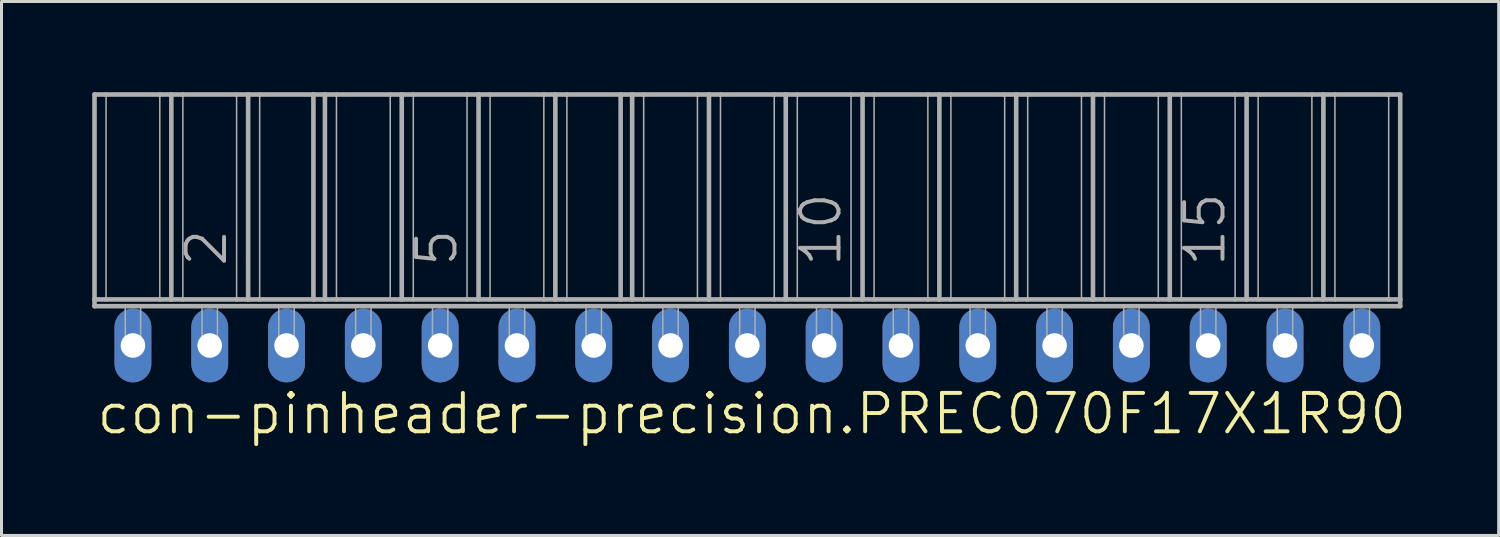
<source format=kicad_pcb>
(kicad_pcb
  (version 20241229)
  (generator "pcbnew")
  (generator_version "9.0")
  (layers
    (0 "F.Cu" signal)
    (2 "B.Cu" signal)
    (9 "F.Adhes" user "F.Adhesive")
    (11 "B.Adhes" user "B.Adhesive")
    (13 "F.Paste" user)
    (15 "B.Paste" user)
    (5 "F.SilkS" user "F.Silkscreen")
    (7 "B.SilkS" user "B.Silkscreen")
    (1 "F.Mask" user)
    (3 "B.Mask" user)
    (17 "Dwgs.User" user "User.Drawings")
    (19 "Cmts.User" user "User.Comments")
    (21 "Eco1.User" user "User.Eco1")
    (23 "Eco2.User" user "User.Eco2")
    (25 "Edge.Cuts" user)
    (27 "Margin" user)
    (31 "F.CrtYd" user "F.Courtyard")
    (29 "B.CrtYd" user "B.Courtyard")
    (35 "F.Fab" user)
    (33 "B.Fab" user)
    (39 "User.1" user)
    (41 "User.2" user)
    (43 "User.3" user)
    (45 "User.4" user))
  (footprint "con-pinheader-precision.PREC070F17X1R90"
    (layer "F.Cu")
    (at 21.666 8.376)
    (property "Reference" "con-pinheader-precision.PREC070F17X1R90" (at -21.59 3 0) (layer "F.SilkS") (effects (font (size 1.27 1.27) (thickness 0.13)) (justify left bottom)))
    (attr through_hole)
    (fp_line (start -21.59 -8.3) (end -21.59 -1.524) (stroke (width 0.152) (type default)) (layer "F.Fab"))
    (fp_line (start -21.59 -8.3) (end -21.209 -8.3) (stroke (width 0.152) (type default)) (layer "F.Fab"))
    (fp_line (start -21.59 -1.524) (end -21.209 -1.524) (stroke (width 0.152) (type default)) (layer "F.Fab"))
    (fp_line (start -21.59 -1.3) (end -21.59 -1.524) (stroke (width 0.152) (type default)) (layer "F.Fab"))
    (fp_line (start -21.59 -1.3) (end 21.59 -1.3) (stroke (width 0.152) (type default)) (layer "F.Fab"))
    (fp_line (start -21.209 -8.3) (end -21.209 -1.524) (stroke (width 0.051) (type default)) (layer "F.Fab"))
    (fp_line (start -21.209 -8.3) (end -19.431 -8.3) (stroke (width 0.152) (type default)) (layer "F.Fab"))
    (fp_line (start -21.209 -1.524) (end -19.431 -1.524) (stroke (width 0.152) (type default)) (layer "F.Fab"))
    (fp_line (start -19.431 -8.3) (end -19.431 -1.524) (stroke (width 0.051) (type default)) (layer "F.Fab"))
    (fp_line (start -19.431 -8.3) (end -19.05 -8.3) (stroke (width 0.152) (type default)) (layer "F.Fab"))
    (fp_line (start -19.431 -1.524) (end -19.05 -1.524) (stroke (width 0.152) (type default)) (layer "F.Fab"))
    (fp_line (start -19.05 -8.3) (end -19.05 -1.524) (stroke (width 0.152) (type default)) (layer "F.Fab"))
    (fp_line (start -19.05 -8.3) (end -18.669 -8.3) (stroke (width 0.152) (type default)) (layer "F.Fab"))
    (fp_line (start -19.05 -1.524) (end -18.669 -1.524) (stroke (width 0.152) (type default)) (layer "F.Fab"))
    (fp_line (start -18.669 -8.3) (end -18.669 -1.524) (stroke (width 0.051) (type default)) (layer "F.Fab"))
    (fp_line (start -18.669 -8.3) (end -16.891 -8.3) (stroke (width 0.152) (type default)) (layer "F.Fab"))
    (fp_line (start -18.669 -1.524) (end -16.891 -1.524) (stroke (width 0.152) (type default)) (layer "F.Fab"))
    (fp_line (start -16.891 -8.3) (end -16.891 -1.524) (stroke (width 0.051) (type default)) (layer "F.Fab"))
    (fp_line (start -16.891 -8.3) (end -16.51 -8.3) (stroke (width 0.152) (type default)) (layer "F.Fab"))
    (fp_line (start -16.891 -1.524) (end -16.51 -1.524) (stroke (width 0.152) (type default)) (layer "F.Fab"))
    (fp_line (start -16.51 -8.3) (end -16.51 -1.524) (stroke (width 0.152) (type default)) (layer "F.Fab"))
    (fp_line (start -16.51 -8.3) (end -16.129 -8.3) (stroke (width 0.152) (type default)) (layer "F.Fab"))
    (fp_line (start -16.51 -1.524) (end -16.129 -1.524) (stroke (width 0.152) (type default)) (layer "F.Fab"))
    (fp_line (start -16.129 -8.3) (end -16.129 -1.524) (stroke (width 0.051) (type default)) (layer "F.Fab"))
    (fp_line (start -16.129 -8.3) (end -14.351 -8.3) (stroke (width 0.152) (type default)) (layer "F.Fab"))
    (fp_line (start -16.129 -1.524) (end -14.351 -1.524) (stroke (width 0.152) (type default)) (layer "F.Fab"))
    (fp_line (start -14.351 -8.3) (end -14.351 -1.524) (stroke (width 0.152) (type default)) (layer "F.Fab"))
    (fp_line (start -14.351 -8.3) (end -13.97 -8.3) (stroke (width 0.152) (type default)) (layer "F.Fab"))
    (fp_line (start -14.351 -1.524) (end -13.97 -1.524) (stroke (width 0.152) (type default)) (layer "F.Fab"))
    (fp_line (start -13.97 -8.3) (end -13.97 -1.524) (stroke (width 0.152) (type default)) (layer "F.Fab"))
    (fp_line (start -13.97 -8.3) (end -13.589 -8.3) (stroke (width 0.152) (type default)) (layer "F.Fab"))
    (fp_line (start -13.97 -1.524) (end -13.589 -1.524) (stroke (width 0.152) (type default)) (layer "F.Fab"))
    (fp_line (start -13.589 -8.3) (end -13.589 -1.524) (stroke (width 0.051) (type default)) (layer "F.Fab"))
    (fp_line (start -13.589 -8.3) (end -11.811 -8.3) (stroke (width 0.152) (type default)) (layer "F.Fab"))
    (fp_line (start -13.589 -1.524) (end -11.43 -1.524) (stroke (width 0.152) (type default)) (layer "F.Fab"))
    (fp_line (start -11.811 -8.3) (end -11.811 -1.524) (stroke (width 0.051) (type default)) (layer "F.Fab"))
    (fp_line (start -11.811 -8.3) (end -11.43 -8.3) (stroke (width 0.152) (type default)) (layer "F.Fab"))
    (fp_line (start -11.43 -8.3) (end -11.43 -1.524) (stroke (width 0.152) (type default)) (layer "F.Fab"))
    (fp_line (start -11.43 -8.3) (end -11.049 -8.3) (stroke (width 0.152) (type default)) (layer "F.Fab"))
    (fp_line (start -11.43 -1.524) (end -11.049 -1.524) (stroke (width 0.152) (type default)) (layer "F.Fab"))
    (fp_line (start -11.049 -8.3) (end -11.049 -1.524) (stroke (width 0.051) (type default)) (layer "F.Fab"))
    (fp_line (start -11.049 -8.3) (end -9.271 -8.3) (stroke (width 0.152) (type default)) (layer "F.Fab"))
    (fp_line (start -11.049 -1.524) (end -9.271 -1.524) (stroke (width 0.152) (type default)) (layer "F.Fab"))
    (fp_line (start -9.271 -8.3) (end -9.271 -1.524) (stroke (width 0.051) (type default)) (layer "F.Fab"))
    (fp_line (start -9.271 -8.3) (end -8.89 -8.3) (stroke (width 0.152) (type default)) (layer "F.Fab"))
    (fp_line (start -9.271 -1.524) (end -8.89 -1.524) (stroke (width 0.152) (type default)) (layer "F.Fab"))
    (fp_line (start -8.89 -8.3) (end -8.509 -8.3) (stroke (width 0.152) (type default)) (layer "F.Fab"))
    (fp_line (start -8.89 -1.524) (end -8.89 -8.3) (stroke (width 0.152) (type default)) (layer "F.Fab"))
    (fp_line (start -8.89 -1.524) (end -8.509 -1.524) (stroke (width 0.152) (type default)) (layer "F.Fab"))
    (fp_line (start -8.509 -8.3) (end -8.509 -1.524) (stroke (width 0.051) (type default)) (layer "F.Fab"))
    (fp_line (start -8.509 -8.3) (end -6.731 -8.3) (stroke (width 0.152) (type default)) (layer "F.Fab"))
    (fp_line (start -8.509 -1.524) (end -6.731 -1.524) (stroke (width 0.152) (type default)) (layer "F.Fab"))
    (fp_line (start -6.731 -8.3) (end -6.731 -1.524) (stroke (width 0.051) (type default)) (layer "F.Fab"))
    (fp_line (start -6.731 -8.3) (end -6.35 -8.3) (stroke (width 0.152) (type default)) (layer "F.Fab"))
    (fp_line (start -6.731 -1.524) (end -6.35 -1.524) (stroke (width 0.152) (type default)) (layer "F.Fab"))
    (fp_line (start -6.35 -8.3) (end -6.35 -1.524) (stroke (width 0.152) (type default)) (layer "F.Fab"))
    (fp_line (start -6.35 -8.3) (end -5.969 -8.3) (stroke (width 0.152) (type default)) (layer "F.Fab"))
    (fp_line (start -6.35 -1.524) (end -5.969 -1.524) (stroke (width 0.152) (type default)) (layer "F.Fab"))
    (fp_line (start -5.969 -8.3) (end -5.969 -1.524) (stroke (width 0.051) (type default)) (layer "F.Fab"))
    (fp_line (start -5.969 -8.3) (end -4.191 -8.3) (stroke (width 0.152) (type default)) (layer "F.Fab"))
    (fp_line (start -5.969 -1.524) (end -4.191 -1.524) (stroke (width 0.152) (type default)) (layer "F.Fab"))
    (fp_line (start -4.191 -8.3) (end -4.191 -1.524) (stroke (width 0.152) (type default)) (layer "F.Fab"))
    (fp_line (start -4.191 -8.3) (end -3.81 -8.3) (stroke (width 0.152) (type default)) (layer "F.Fab"))
    (fp_line (start -4.191 -1.524) (end -3.81 -1.524) (stroke (width 0.152) (type default)) (layer "F.Fab"))
    (fp_line (start -3.81 -8.3) (end -3.81 -1.524) (stroke (width 0.152) (type default)) (layer "F.Fab"))
    (fp_line (start -3.81 -8.3) (end -3.429 -8.3) (stroke (width 0.152) (type default)) (layer "F.Fab"))
    (fp_line (start -3.81 -1.524) (end -3.429 -1.524) (stroke (width 0.152) (type default)) (layer "F.Fab"))
    (fp_line (start -3.429 -8.3) (end -3.429 -1.524) (stroke (width 0.051) (type default)) (layer "F.Fab"))
    (fp_line (start -3.429 -8.3) (end -1.651 -8.3) (stroke (width 0.152) (type default)) (layer "F.Fab"))
    (fp_line (start -3.429 -1.524) (end -1.651 -1.524) (stroke (width 0.152) (type default)) (layer "F.Fab"))
    (fp_line (start -1.651 -8.3) (end -1.651 -1.524) (stroke (width 0.051) (type default)) (layer "F.Fab"))
    (fp_line (start -1.651 -8.3) (end -1.27 -8.3) (stroke (width 0.152) (type default)) (layer "F.Fab"))
    (fp_line (start -1.651 -1.524) (end -1.27 -1.524) (stroke (width 0.152) (type default)) (layer "F.Fab"))
    (fp_line (start -1.27 -8.3) (end -1.27 -1.524) (stroke (width 0.152) (type default)) (layer "F.Fab"))
    (fp_line (start -1.27 -8.3) (end -0.889 -8.3) (stroke (width 0.152) (type default)) (layer "F.Fab"))
    (fp_line (start -1.27 -1.524) (end -0.889 -1.524) (stroke (width 0.152) (type default)) (layer "F.Fab"))
    (fp_line (start -0.889 -8.3) (end -0.889 -1.524) (stroke (width 0.051) (type default)) (layer "F.Fab"))
    (fp_line (start -0.889 -8.3) (end 0.889 -8.3) (stroke (width 0.152) (type default)) (layer "F.Fab"))
    (fp_line (start -0.889 -1.524) (end 0.889 -1.524) (stroke (width 0.152) (type default)) (layer "F.Fab"))
    (fp_line (start 0.889 -8.3) (end 0.889 -1.524) (stroke (width 0.051) (type default)) (layer "F.Fab"))
    (fp_line (start 0.889 -8.3) (end 1.27 -8.3) (stroke (width 0.152) (type default)) (layer "F.Fab"))
    (fp_line (start 0.889 -1.524) (end 1.27 -1.524) (stroke (width 0.152) (type default)) (layer "F.Fab"))
    (fp_line (start 1.27 -8.3) (end 1.27 -1.524) (stroke (width 0.152) (type default)) (layer "F.Fab"))
    (fp_line (start 1.27 -8.3) (end 1.651 -8.3) (stroke (width 0.152) (type default)) (layer "F.Fab"))
    (fp_line (start 1.27 -1.524) (end 1.651 -1.524) (stroke (width 0.152) (type default)) (layer "F.Fab"))
    (fp_line (start 1.651 -8.3) (end 1.651 -1.524) (stroke (width 0.051) (type default)) (layer "F.Fab"))
    (fp_line (start 1.651 -8.3) (end 3.429 -8.3) (stroke (width 0.152) (type default)) (layer "F.Fab"))
    (fp_line (start 1.651 -1.524) (end 3.429 -1.524) (stroke (width 0.152) (type default)) (layer "F.Fab"))
    (fp_line (start 3.429 -8.3) (end 3.429 -1.524) (stroke (width 0.051) (type default)) (layer "F.Fab"))
    (fp_line (start 3.429 -8.3) (end 3.81 -8.3) (stroke (width 0.152) (type default)) (layer "F.Fab"))
    (fp_line (start 3.429 -1.524) (end 3.81 -1.524) (stroke (width 0.152) (type default)) (layer "F.Fab"))
    (fp_line (start 3.81 -8.3) (end 3.81 -1.524) (stroke (width 0.152) (type default)) (layer "F.Fab"))
    (fp_line (start 3.81 -8.3) (end 4.191 -8.3) (stroke (width 0.152) (type default)) (layer "F.Fab"))
    (fp_line (start 3.81 -1.524) (end 4.191 -1.524) (stroke (width 0.152) (type default)) (layer "F.Fab"))
    (fp_line (start 4.191 -8.3) (end 4.191 -1.524) (stroke (width 0.051) (type default)) (layer "F.Fab"))
    (fp_line (start 4.191 -8.3) (end 5.969 -8.3) (stroke (width 0.152) (type default)) (layer "F.Fab"))
    (fp_line (start 4.191 -1.524) (end 5.969 -1.524) (stroke (width 0.152) (type default)) (layer "F.Fab"))
    (fp_line (start 5.969 -8.3) (end 5.969 -1.524) (stroke (width 0.051) (type default)) (layer "F.Fab"))
    (fp_line (start 5.969 -8.3) (end 6.35 -8.3) (stroke (width 0.152) (type default)) (layer "F.Fab"))
    (fp_line (start 5.969 -1.524) (end 6.35 -1.524) (stroke (width 0.152) (type default)) (layer "F.Fab"))
    (fp_line (start 6.35 -8.3) (end 6.35 -1.524) (stroke (width 0.152) (type default)) (layer "F.Fab"))
    (fp_line (start 6.35 -8.3) (end 6.731 -8.3) (stroke (width 0.152) (type default)) (layer "F.Fab"))
    (fp_line (start 6.35 -1.524) (end 6.731 -1.524) (stroke (width 0.152) (type default)) (layer "F.Fab"))
    (fp_line (start 6.731 -8.3) (end 6.731 -1.524) (stroke (width 0.051) (type default)) (layer "F.Fab"))
    (fp_line (start 6.731 -8.3) (end 8.509 -8.3) (stroke (width 0.152) (type default)) (layer "F.Fab"))
    (fp_line (start 6.731 -1.524) (end 8.509 -1.524) (stroke (width 0.152) (type default)) (layer "F.Fab"))
    (fp_line (start 8.509 -8.3) (end 8.509 -1.524) (stroke (width 0.051) (type default)) (layer "F.Fab"))
    (fp_line (start 8.509 -8.3) (end 8.89 -8.3) (stroke (width 0.152) (type default)) (layer "F.Fab"))
    (fp_line (start 8.509 -1.524) (end 8.89 -1.524) (stroke (width 0.152) (type default)) (layer "F.Fab"))
    (fp_line (start 8.89 -8.3) (end 8.89 -1.524) (stroke (width 0.152) (type default)) (layer "F.Fab"))
    (fp_line (start 8.89 -8.3) (end 9.271 -8.3) (stroke (width 0.152) (type default)) (layer "F.Fab"))
    (fp_line (start 8.89 -1.524) (end 9.271 -1.524) (stroke (width 0.152) (type default)) (layer "F.Fab"))
    (fp_line (start 9.271 -8.3) (end 9.271 -1.524) (stroke (width 0.051) (type default)) (layer "F.Fab"))
    (fp_line (start 9.271 -8.3) (end 11.049 -8.3) (stroke (width 0.152) (type default)) (layer "F.Fab"))
    (fp_line (start 9.271 -1.524) (end 11.43 -1.524) (stroke (width 0.152) (type default)) (layer "F.Fab"))
    (fp_line (start 11.049 -8.3) (end 11.049 -1.524) (stroke (width 0.051) (type default)) (layer "F.Fab"))
    (fp_line (start 11.049 -8.3) (end 11.43 -8.3) (stroke (width 0.152) (type default)) (layer "F.Fab"))
    (fp_line (start 11.43 -8.3) (end 11.43 -1.524) (stroke (width 0.152) (type default)) (layer "F.Fab"))
    (fp_line (start 11.43 -8.3) (end 11.811 -8.3) (stroke (width 0.152) (type default)) (layer "F.Fab"))
    (fp_line (start 11.43 -1.524) (end 11.811 -1.524) (stroke (width 0.152) (type default)) (layer "F.Fab"))
    (fp_line (start 11.811 -8.3) (end 11.811 -1.524) (stroke (width 0.051) (type default)) (layer "F.Fab"))
    (fp_line (start 11.811 -8.3) (end 13.589 -8.3) (stroke (width 0.152) (type default)) (layer "F.Fab"))
    (fp_line (start 11.811 -1.524) (end 13.589 -1.524) (stroke (width 0.152) (type default)) (layer "F.Fab"))
    (fp_line (start 13.589 -8.3) (end 13.589 -1.524) (stroke (width 0.051) (type default)) (layer "F.Fab"))
    (fp_line (start 13.589 -8.3) (end 13.97 -8.3) (stroke (width 0.152) (type default)) (layer "F.Fab"))
    (fp_line (start 13.589 -1.524) (end 13.97 -1.524) (stroke (width 0.152) (type default)) (layer "F.Fab"))
    (fp_line (start 13.97 -8.3) (end 13.97 -1.524) (stroke (width 0.152) (type default)) (layer "F.Fab"))
    (fp_line (start 13.97 -8.3) (end 14.351 -8.3) (stroke (width 0.152) (type default)) (layer "F.Fab"))
    (fp_line (start 13.97 -1.524) (end 14.351 -1.524) (stroke (width 0.152) (type default)) (layer "F.Fab"))
    (fp_line (start 14.351 -8.3) (end 14.351 -1.524) (stroke (width 0.051) (type default)) (layer "F.Fab"))
    (fp_line (start 14.351 -8.3) (end 16.129 -8.3) (stroke (width 0.152) (type default)) (layer "F.Fab"))
    (fp_line (start 14.351 -1.524) (end 16.129 -1.524) (stroke (width 0.152) (type default)) (layer "F.Fab"))
    (fp_line (start 16.129 -8.3) (end 16.129 -1.524) (stroke (width 0.051) (type default)) (layer "F.Fab"))
    (fp_line (start 16.129 -8.3) (end 16.51 -8.3) (stroke (width 0.152) (type default)) (layer "F.Fab"))
    (fp_line (start 16.129 -1.524) (end 16.51 -1.524) (stroke (width 0.152) (type default)) (layer "F.Fab"))
    (fp_line (start 16.51 -8.3) (end 16.51 -1.524) (stroke (width 0.152) (type default)) (layer "F.Fab"))
    (fp_line (start 16.51 -8.3) (end 16.891 -8.3) (stroke (width 0.152) (type default)) (layer "F.Fab"))
    (fp_line (start 16.51 -1.524) (end 16.891 -1.524) (stroke (width 0.152) (type default)) (layer "F.Fab"))
    (fp_line (start 16.891 -8.3) (end 16.891 -1.524) (stroke (width 0.051) (type default)) (layer "F.Fab"))
    (fp_line (start 16.891 -8.3) (end 18.669 -8.3) (stroke (width 0.152) (type default)) (layer "F.Fab"))
    (fp_line (start 16.891 -1.524) (end 18.669 -1.524) (stroke (width 0.152) (type default)) (layer "F.Fab"))
    (fp_line (start 18.669 -8.3) (end 18.669 -1.524) (stroke (width 0.051) (type default)) (layer "F.Fab"))
    (fp_line (start 18.669 -8.3) (end 19.05 -8.3) (stroke (width 0.152) (type default)) (layer "F.Fab"))
    (fp_line (start 18.669 -1.524) (end 19.05 -1.524) (stroke (width 0.152) (type default)) (layer "F.Fab"))
    (fp_line (start 19.05 -8.3) (end 19.05 -1.524) (stroke (width 0.152) (type default)) (layer "F.Fab"))
    (fp_line (start 19.05 -8.3) (end 19.431 -8.3) (stroke (width 0.152) (type default)) (layer "F.Fab"))
    (fp_line (start 19.05 -1.524) (end 19.431 -1.524) (stroke (width 0.152) (type default)) (layer "F.Fab"))
    (fp_line (start 19.431 -8.3) (end 19.431 -1.524) (stroke (width 0.051) (type default)) (layer "F.Fab"))
    (fp_line (start 19.431 -8.3) (end 21.209 -8.3) (stroke (width 0.152) (type default)) (layer "F.Fab"))
    (fp_line (start 19.431 -1.524) (end 21.209 -1.524) (stroke (width 0.152) (type default)) (layer "F.Fab"))
    (fp_line (start 21.209 -8.3) (end 21.209 -1.524) (stroke (width 0.051) (type default)) (layer "F.Fab"))
    (fp_line (start 21.209 -8.3) (end 21.59 -8.3) (stroke (width 0.152) (type default)) (layer "F.Fab"))
    (fp_line (start 21.209 -1.524) (end 21.59 -1.524) (stroke (width 0.152) (type default)) (layer "F.Fab"))
    (fp_line (start 21.59 -8.3) (end 21.59 -1.524) (stroke (width 0.152) (type default)) (layer "F.Fab"))
    (fp_line (start 21.59 -1.524) (end 21.59 -1.3) (stroke (width 0.152) (type default)) (layer "F.Fab"))
    (fp_rect (start -20.574 0) (end -20.066 -1.3) (stroke (width 0.05) (type default)) (fill no) (layer "F.Fab"))
    (fp_rect (start -18.034 0) (end -17.526 -1.3) (stroke (width 0.05) (type default)) (fill no) (layer "F.Fab"))
    (fp_rect (start -15.494 0) (end -14.986 -1.3) (stroke (width 0.05) (type default)) (fill no) (layer "F.Fab"))
    (fp_rect (start -12.954 0) (end -12.446 -1.3) (stroke (width 0.05) (type default)) (fill no) (layer "F.Fab"))
    (fp_rect (start -10.414 0) (end -9.906 -1.3) (stroke (width 0.05) (type default)) (fill no) (layer "F.Fab"))
    (fp_rect (start -7.874 0) (end -7.366 -1.3) (stroke (width 0.05) (type default)) (fill no) (layer "F.Fab"))
    (fp_rect (start -5.334 0) (end -4.826 -1.3) (stroke (width 0.05) (type default)) (fill no) (layer "F.Fab"))
    (fp_rect (start -2.794 0) (end -2.286 -1.3) (stroke (width 0.05) (type default)) (fill no) (layer "F.Fab"))
    (fp_rect (start -0.254 0) (end 0.254 -1.3) (stroke (width 0.05) (type default)) (fill no) (layer "F.Fab"))
    (fp_rect (start 2.286 0) (end 2.794 -1.3) (stroke (width 0.05) (type default)) (fill no) (layer "F.Fab"))
    (fp_rect (start 4.826 0) (end 5.334 -1.3) (stroke (width 0.05) (type default)) (fill no) (layer "F.Fab"))
    (fp_rect (start 7.366 0) (end 7.874 -1.3) (stroke (width 0.05) (type default)) (fill no) (layer "F.Fab"))
    (fp_rect (start 9.906 0) (end 10.414 -1.3) (stroke (width 0.05) (type default)) (fill no) (layer "F.Fab"))
    (fp_rect (start 12.446 0) (end 12.954 -1.3) (stroke (width 0.05) (type default)) (fill no) (layer "F.Fab"))
    (fp_rect (start 14.986 0) (end 15.494 -1.3) (stroke (width 0.05) (type default)) (fill no) (layer "F.Fab"))
    (fp_rect (start 17.526 0) (end 18.034 -1.3) (stroke (width 0.05) (type default)) (fill no) (layer "F.Fab"))
    (fp_rect (start 20.066 0) (end 20.574 -1.3) (stroke (width 0.05) (type default)) (fill no) (layer "F.Fab"))
    (fp_text user "5" (at -9.525 -2.54 90) (layer "F.Fab") (effects (font (size 1.27 1.27) (thickness 0.13)) (justify left bottom)))
    (fp_text user "15" (at 15.875 -2.54 90) (layer "F.Fab") (effects (font (size 1.27 1.27) (thickness 0.13)) (justify left bottom)))
    (fp_text user "2" (at -17.145 -2.54 90) (layer "F.Fab") (effects (font (size 1.27 1.27) (thickness 0.13)) (justify left bottom)))
    (fp_text user "10" (at 3.175 -2.54 90) (layer "F.Fab") (effects (font (size 1.27 1.27) (thickness 0.13)) (justify left bottom)))
    (pad "1" thru_hole oval (at -20.32 0 90) (size 2.438 1.219) (drill 0.813) (layers "*.Cu" "*.Mask"))
    (pad "2" thru_hole oval (at -17.78 0 90) (size 2.438 1.219) (drill 0.813) (layers "*.Cu" "*.Mask"))
    (pad "3" thru_hole oval (at -15.24 0 90) (size 2.438 1.219) (drill 0.813) (layers "*.Cu" "*.Mask"))
    (pad "4" thru_hole oval (at -12.7 0 90) (size 2.438 1.219) (drill 0.813) (layers "*.Cu" "*.Mask"))
    (pad "5" thru_hole oval (at -10.16 0 90) (size 2.438 1.219) (drill 0.813) (layers "*.Cu" "*.Mask"))
    (pad "6" thru_hole oval (at -7.62 0 90) (size 2.438 1.219) (drill 0.813) (layers "*.Cu" "*.Mask"))
    (pad "7" thru_hole oval (at -5.08 0 90) (size 2.438 1.219) (drill 0.813) (layers "*.Cu" "*.Mask"))
    (pad "8" thru_hole oval (at -2.54 0 90) (size 2.438 1.219) (drill 0.813) (layers "*.Cu" "*.Mask"))
    (pad "9" thru_hole oval (at 0 0 90) (size 2.438 1.219) (drill 0.813) (layers "*.Cu" "*.Mask"))
    (pad "10" thru_hole oval (at 2.54 0 90) (size 2.438 1.219) (drill 0.813) (layers "*.Cu" "*.Mask"))
    (pad "11" thru_hole oval (at 5.08 0 90) (size 2.438 1.219) (drill 0.813) (layers "*.Cu" "*.Mask"))
    (pad "12" thru_hole oval (at 7.62 0 90) (size 2.438 1.219) (drill 0.813) (layers "*.Cu" "*.Mask"))
    (pad "13" thru_hole oval (at 10.16 0 90) (size 2.438 1.219) (drill 0.813) (layers "*.Cu" "*.Mask"))
    (pad "14" thru_hole oval (at 12.7 0 90) (size 2.438 1.219) (drill 0.813) (layers "*.Cu" "*.Mask"))
    (pad "15" thru_hole oval (at 15.24 0 90) (size 2.438 1.219) (drill 0.813) (layers "*.Cu" "*.Mask"))
    (pad "16" thru_hole oval (at 17.78 0 90) (size 2.438 1.219) (drill 0.813) (layers "*.Cu" "*.Mask"))
    (pad "17" thru_hole oval (at 20.32 0 90) (size 2.438 1.219) (drill 0.813) (layers "*.Cu" "*.Mask")))
  (gr_rect
    (start -3 -3)
    (end 46.513 14.658)
    (stroke (width 0.1) (type default))
    (fill no)
    (layer "Edge.Cuts")))
</source>
